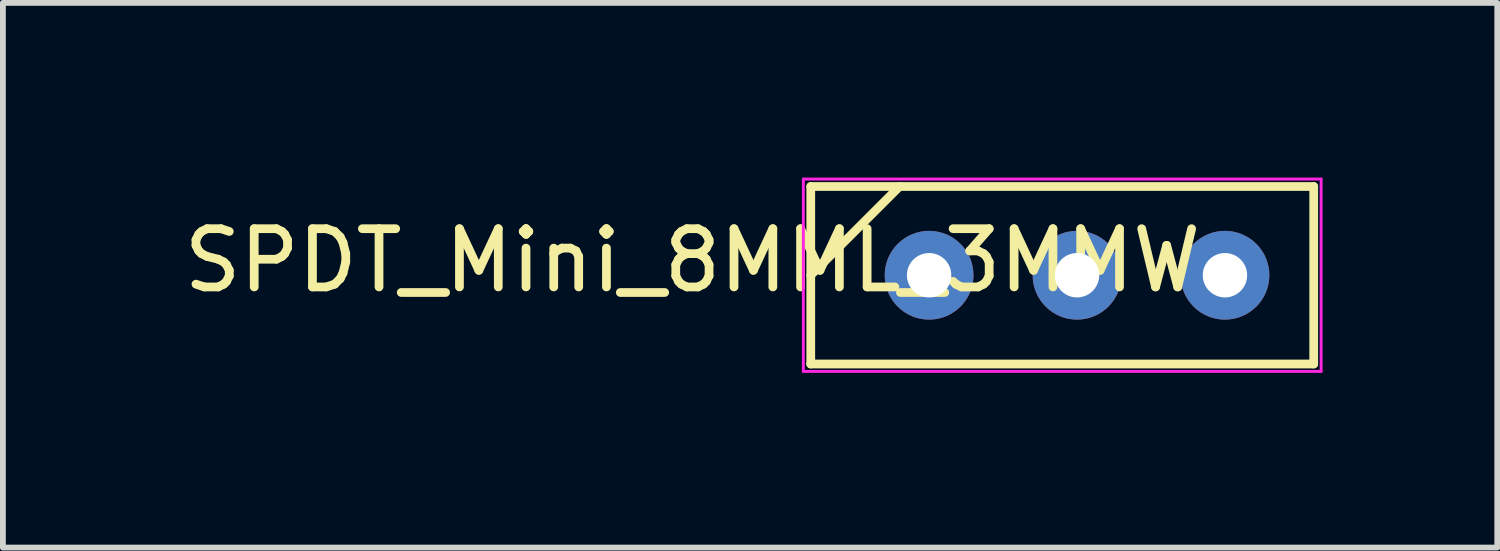
<source format=kicad_pcb>
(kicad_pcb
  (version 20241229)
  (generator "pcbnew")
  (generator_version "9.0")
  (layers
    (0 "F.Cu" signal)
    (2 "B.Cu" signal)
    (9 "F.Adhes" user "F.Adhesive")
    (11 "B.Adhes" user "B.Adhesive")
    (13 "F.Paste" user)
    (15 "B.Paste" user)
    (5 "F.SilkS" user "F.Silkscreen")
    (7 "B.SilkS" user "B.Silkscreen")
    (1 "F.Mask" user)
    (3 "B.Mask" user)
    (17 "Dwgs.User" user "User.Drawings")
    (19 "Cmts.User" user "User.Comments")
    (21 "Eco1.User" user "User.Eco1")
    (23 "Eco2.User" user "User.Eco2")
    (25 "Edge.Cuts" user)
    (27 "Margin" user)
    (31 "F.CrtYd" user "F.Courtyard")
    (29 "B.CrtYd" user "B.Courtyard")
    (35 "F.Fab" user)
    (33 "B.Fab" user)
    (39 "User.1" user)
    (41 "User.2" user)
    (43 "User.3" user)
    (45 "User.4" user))
  (footprint "SPDT_Mini_8MML_3MMW"
    (layer "F.Cu")
    (at 12.903 1.676)
    (property "Reference" "SPDT_Mini_8MML_3MMW" (at -4.064 -0.254 0) (layer "F.SilkS") (effects (font (size 1 1) (thickness 0.15))))
    (attr through_hole)
    (fp_line (start -2.032 -1.524) (end -2.032 1.524) (stroke (width 0.15) (type solid)) (layer "F.SilkS"))
    (fp_line (start -2.032 0) (end -0.508 -1.524) (stroke (width 0.15) (type solid)) (layer "F.SilkS"))
    (fp_line (start -2.032 1.524) (end 6.604 1.524) (stroke (width 0.15) (type solid)) (layer "F.SilkS"))
    (fp_line (start 6.604 -1.524) (end -2.032 -1.524) (stroke (width 0.15) (type solid)) (layer "F.SilkS"))
    (fp_line (start 6.604 1.524) (end 6.604 -1.524) (stroke (width 0.15) (type solid)) (layer "F.SilkS"))
    (fp_line (start -2.159 -1.651) (end 6.731 -1.651) (stroke (width 0.05) (type solid)) (layer "F.CrtYd"))
    (fp_line (start -2.159 1.651) (end -2.159 -1.651) (stroke (width 0.05) (type solid)) (layer "F.CrtYd"))
    (fp_line (start 6.731 -1.651) (end 6.731 1.651) (stroke (width 0.05) (type solid)) (layer "F.CrtYd"))
    (fp_line (start 6.731 1.651) (end -2.159 1.651) (stroke (width 0.05) (type solid)) (layer "F.CrtYd"))
    (pad "1" thru_hole circle (at 0 0) (size 1.524 1.524) (drill 0.762) (layers "*.Cu" "*.Mask"))
    (pad "2" thru_hole circle (at 2.54 0) (size 1.524 1.524) (drill 0.762) (layers "*.Cu" "*.Mask"))
    (pad "3" thru_hole circle (at 5.08 0) (size 1.524 1.524) (drill 0.762) (layers "*.Cu" "*.Mask")))
  (gr_rect
    (start -3 -3)
    (end 22.659 6.352)
    (stroke (width 0.1) (type default))
    (fill no)
    (layer "Edge.Cuts")))
</source>
